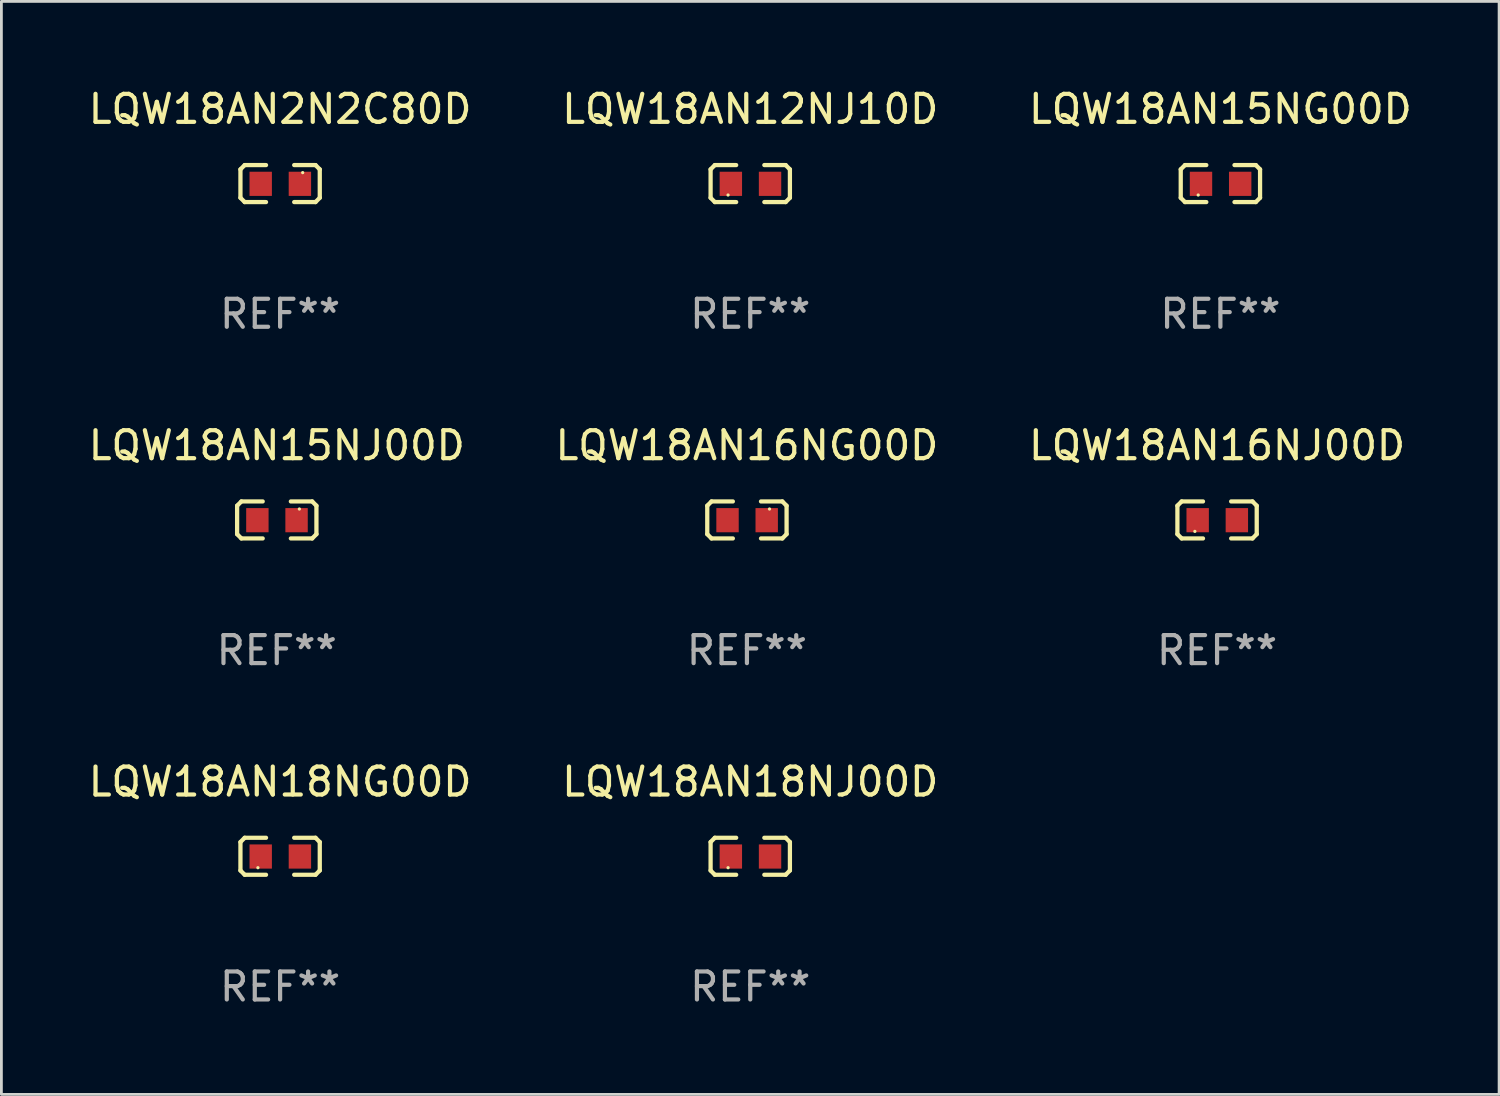
<source format=kicad_pcb>
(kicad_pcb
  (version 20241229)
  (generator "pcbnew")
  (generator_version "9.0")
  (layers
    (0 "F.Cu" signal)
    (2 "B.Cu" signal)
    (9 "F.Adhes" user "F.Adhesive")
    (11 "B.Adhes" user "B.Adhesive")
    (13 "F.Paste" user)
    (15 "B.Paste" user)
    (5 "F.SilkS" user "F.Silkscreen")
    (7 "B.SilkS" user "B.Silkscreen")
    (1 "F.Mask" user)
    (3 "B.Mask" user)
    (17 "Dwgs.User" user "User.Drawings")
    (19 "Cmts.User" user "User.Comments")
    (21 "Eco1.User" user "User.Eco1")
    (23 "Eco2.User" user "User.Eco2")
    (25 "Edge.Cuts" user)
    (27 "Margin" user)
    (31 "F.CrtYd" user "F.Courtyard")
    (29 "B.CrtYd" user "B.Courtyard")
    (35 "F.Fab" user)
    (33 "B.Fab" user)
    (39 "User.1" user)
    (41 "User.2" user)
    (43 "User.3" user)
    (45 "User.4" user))
  (footprint "LQW18AN18NJ00D"
    (layer "F.Cu")
    (at 23.756 27.544)
    (property "Reference" "LQW18AN18NJ00D" (at 0 -2.661 0) (layer "F.SilkS") (effects (font (size 1 1) (thickness 0.15))))
    (attr through_hole)
    (fp_line (start -1.417 -0.508) (end -1.265 -0.661) (stroke (width 0.152) (type solid)) (layer "F.SilkS"))
    (fp_line (start -1.417 0.508) (end -1.417 -0.508) (stroke (width 0.152) (type solid)) (layer "F.SilkS"))
    (fp_line (start -1.265 -0.661) (end -0.503 -0.661) (stroke (width 0.152) (type solid)) (layer "F.SilkS"))
    (fp_line (start -1.265 0.661) (end -1.417 0.508) (stroke (width 0.152) (type solid)) (layer "F.SilkS"))
    (fp_line (start -1.265 0.661) (end -0.503 0.661) (stroke (width 0.152) (type solid)) (layer "F.SilkS"))
    (fp_line (start 1.265 -0.661) (end 0.503 -0.661) (stroke (width 0.152) (type solid)) (layer "F.SilkS"))
    (fp_line (start 1.265 -0.661) (end 1.417 -0.508) (stroke (width 0.152) (type solid)) (layer "F.SilkS"))
    (fp_line (start 1.265 0.661) (end 0.503 0.661) (stroke (width 0.152) (type solid)) (layer "F.SilkS"))
    (fp_line (start 1.417 -0.508) (end 1.417 0.508) (stroke (width 0.152) (type solid)) (layer "F.SilkS"))
    (fp_line (start 1.417 0.508) (end 1.265 0.661) (stroke (width 0.152) (type solid)) (layer "F.SilkS"))
    (fp_circle (center -0.793 0.409) (end -0.763 0.409) (stroke (width 0.06) (type solid)) (fill no) (layer "F.SilkS"))
    (fp_text user "REF**" (at 0 4.661 0) (layer "F.Fab") (effects (font (size 1 1) (thickness 0.15))))
    (pad "1" smd rect (at -0.693 0.009 180) (size 0.8 0.864) (layers "F.Cu" "F.Mask" "F.Paste"))
    (pad "2" smd rect (at 0.707 0.009 180) (size 0.8 0.864) (layers "F.Cu" "F.Mask" "F.Paste")))
  (footprint "LQW18AN16NG00D"
    (layer "F.Cu")
    (at 23.637 15.527)
    (property "Reference" "LQW18AN16NG00D" (at 0 -2.661 0) (layer "F.SilkS") (effects (font (size 1 1) (thickness 0.15))))
    (attr through_hole)
    (fp_line (start -1.417 -0.508) (end -1.265 -0.661) (stroke (width 0.152) (type solid)) (layer "F.SilkS"))
    (fp_line (start -1.417 0.508) (end -1.417 -0.508) (stroke (width 0.152) (type solid)) (layer "F.SilkS"))
    (fp_line (start -1.265 -0.661) (end -0.503 -0.661) (stroke (width 0.152) (type solid)) (layer "F.SilkS"))
    (fp_line (start -1.265 0.661) (end -1.417 0.508) (stroke (width 0.152) (type solid)) (layer "F.SilkS"))
    (fp_line (start -1.265 0.661) (end -0.503 0.661) (stroke (width 0.152) (type solid)) (layer "F.SilkS"))
    (fp_line (start 1.265 -0.661) (end 0.503 -0.661) (stroke (width 0.152) (type solid)) (layer "F.SilkS"))
    (fp_line (start 1.265 -0.661) (end 1.417 -0.508) (stroke (width 0.152) (type solid)) (layer "F.SilkS"))
    (fp_line (start 1.265 0.661) (end 0.503 0.661) (stroke (width 0.152) (type solid)) (layer "F.SilkS"))
    (fp_line (start 1.417 -0.508) (end 1.417 0.508) (stroke (width 0.152) (type solid)) (layer "F.SilkS"))
    (fp_line (start 1.417 0.508) (end 1.265 0.661) (stroke (width 0.152) (type solid)) (layer "F.SilkS"))
    (fp_circle (center 0.807 -0.391) (end 0.837 -0.391) (stroke (width 0.06) (type solid)) (fill no) (layer "F.SilkS"))
    (fp_text user "REF**" (at 0 4.661 0) (layer "F.Fab") (effects (font (size 1 1) (thickness 0.15))))
    (pad "1" smd rect (at 0.707 0.009 180) (size 0.8 0.864) (layers "F.Cu" "F.Mask" "F.Paste"))
    (pad "2" smd rect (at -0.693 0.009 180) (size 0.8 0.864) (layers "F.Cu" "F.Mask" "F.Paste")))
  (footprint "LQW18AN15NG00D"
    (layer "F.Cu")
    (at 40.554 3.509)
    (property "Reference" "LQW18AN15NG00D" (at 0 -2.661 0) (layer "F.SilkS") (effects (font (size 1 1) (thickness 0.15))))
    (attr through_hole)
    (fp_line (start -1.417 -0.508) (end -1.265 -0.661) (stroke (width 0.152) (type solid)) (layer "F.SilkS"))
    (fp_line (start -1.417 0.508) (end -1.417 -0.508) (stroke (width 0.152) (type solid)) (layer "F.SilkS"))
    (fp_line (start -1.265 -0.661) (end -0.503 -0.661) (stroke (width 0.152) (type solid)) (layer "F.SilkS"))
    (fp_line (start -1.265 0.661) (end -1.417 0.508) (stroke (width 0.152) (type solid)) (layer "F.SilkS"))
    (fp_line (start -1.265 0.661) (end -0.503 0.661) (stroke (width 0.152) (type solid)) (layer "F.SilkS"))
    (fp_line (start 1.265 -0.661) (end 0.503 -0.661) (stroke (width 0.152) (type solid)) (layer "F.SilkS"))
    (fp_line (start 1.265 -0.661) (end 1.417 -0.508) (stroke (width 0.152) (type solid)) (layer "F.SilkS"))
    (fp_line (start 1.265 0.661) (end 0.503 0.661) (stroke (width 0.152) (type solid)) (layer "F.SilkS"))
    (fp_line (start 1.417 -0.508) (end 1.417 0.508) (stroke (width 0.152) (type solid)) (layer "F.SilkS"))
    (fp_line (start 1.417 0.508) (end 1.265 0.661) (stroke (width 0.152) (type solid)) (layer "F.SilkS"))
    (fp_circle (center -0.793 0.409) (end -0.763 0.409) (stroke (width 0.06) (type solid)) (fill no) (layer "F.SilkS"))
    (fp_text user "REF**" (at 0 4.661 0) (layer "F.Fab") (effects (font (size 1 1) (thickness 0.15))))
    (pad "1" smd rect (at -0.693 0.009 180) (size 0.8 0.864) (layers "F.Cu" "F.Mask" "F.Paste"))
    (pad "2" smd rect (at 0.707 0.009 180) (size 0.8 0.864) (layers "F.Cu" "F.Mask" "F.Paste")))
  (footprint "LQW18AN18NG00D"
    (layer "F.Cu")
    (at 6.958 27.544)
    (property "Reference" "LQW18AN18NG00D" (at 0 -2.661 0) (layer "F.SilkS") (effects (font (size 1 1) (thickness 0.15))))
    (attr through_hole)
    (fp_line (start -1.417 -0.508) (end -1.265 -0.661) (stroke (width 0.152) (type solid)) (layer "F.SilkS"))
    (fp_line (start -1.417 0.508) (end -1.417 -0.508) (stroke (width 0.152) (type solid)) (layer "F.SilkS"))
    (fp_line (start -1.265 -0.661) (end -0.503 -0.661) (stroke (width 0.152) (type solid)) (layer "F.SilkS"))
    (fp_line (start -1.265 0.661) (end -1.417 0.508) (stroke (width 0.152) (type solid)) (layer "F.SilkS"))
    (fp_line (start -1.265 0.661) (end -0.503 0.661) (stroke (width 0.152) (type solid)) (layer "F.SilkS"))
    (fp_line (start 1.265 -0.661) (end 0.503 -0.661) (stroke (width 0.152) (type solid)) (layer "F.SilkS"))
    (fp_line (start 1.265 -0.661) (end 1.417 -0.508) (stroke (width 0.152) (type solid)) (layer "F.SilkS"))
    (fp_line (start 1.265 0.661) (end 0.503 0.661) (stroke (width 0.152) (type solid)) (layer "F.SilkS"))
    (fp_line (start 1.417 -0.508) (end 1.417 0.508) (stroke (width 0.152) (type solid)) (layer "F.SilkS"))
    (fp_line (start 1.417 0.508) (end 1.265 0.661) (stroke (width 0.152) (type solid)) (layer "F.SilkS"))
    (fp_circle (center -0.793 0.409) (end -0.763 0.409) (stroke (width 0.06) (type solid)) (fill no) (layer "F.SilkS"))
    (fp_text user "REF**" (at 0 4.661 0) (layer "F.Fab") (effects (font (size 1 1) (thickness 0.15))))
    (pad "1" smd rect (at -0.693 0.009 180) (size 0.8 0.864) (layers "F.Cu" "F.Mask" "F.Paste"))
    (pad "2" smd rect (at 0.707 0.009 180) (size 0.8 0.864) (layers "F.Cu" "F.Mask" "F.Paste")))
  (footprint "LQW18AN16NJ00D"
    (layer "F.Cu")
    (at 40.435 15.527)
    (property "Reference" "LQW18AN16NJ00D" (at 0 -2.661 0) (layer "F.SilkS") (effects (font (size 1 1) (thickness 0.15))))
    (attr through_hole)
    (fp_line (start -1.417 -0.508) (end -1.265 -0.661) (stroke (width 0.152) (type solid)) (layer "F.SilkS"))
    (fp_line (start -1.417 0.508) (end -1.417 -0.508) (stroke (width 0.152) (type solid)) (layer "F.SilkS"))
    (fp_line (start -1.265 -0.661) (end -0.503 -0.661) (stroke (width 0.152) (type solid)) (layer "F.SilkS"))
    (fp_line (start -1.265 0.661) (end -1.417 0.508) (stroke (width 0.152) (type solid)) (layer "F.SilkS"))
    (fp_line (start -1.265 0.661) (end -0.503 0.661) (stroke (width 0.152) (type solid)) (layer "F.SilkS"))
    (fp_line (start 1.265 -0.661) (end 0.503 -0.661) (stroke (width 0.152) (type solid)) (layer "F.SilkS"))
    (fp_line (start 1.265 -0.661) (end 1.417 -0.508) (stroke (width 0.152) (type solid)) (layer "F.SilkS"))
    (fp_line (start 1.265 0.661) (end 0.503 0.661) (stroke (width 0.152) (type solid)) (layer "F.SilkS"))
    (fp_line (start 1.417 -0.508) (end 1.417 0.508) (stroke (width 0.152) (type solid)) (layer "F.SilkS"))
    (fp_line (start 1.417 0.508) (end 1.265 0.661) (stroke (width 0.152) (type solid)) (layer "F.SilkS"))
    (fp_circle (center -0.793 0.409) (end -0.763 0.409) (stroke (width 0.06) (type solid)) (fill no) (layer "F.SilkS"))
    (fp_text user "REF**" (at 0 4.661 0) (layer "F.Fab") (effects (font (size 1 1) (thickness 0.15))))
    (pad "1" smd rect (at -0.693 0.009 180) (size 0.8 0.864) (layers "F.Cu" "F.Mask" "F.Paste"))
    (pad "2" smd rect (at 0.707 0.009 180) (size 0.8 0.864) (layers "F.Cu" "F.Mask" "F.Paste")))
  (footprint "LQW18AN12NJ10D"
    (layer "F.Cu")
    (at 23.756 3.509)
    (property "Reference" "LQW18AN12NJ10D" (at 0 -2.661 0) (layer "F.SilkS") (effects (font (size 1 1) (thickness 0.15))))
    (attr through_hole)
    (fp_line (start -1.417 -0.508) (end -1.265 -0.661) (stroke (width 0.152) (type solid)) (layer "F.SilkS"))
    (fp_line (start -1.417 0.508) (end -1.417 -0.508) (stroke (width 0.152) (type solid)) (layer "F.SilkS"))
    (fp_line (start -1.265 -0.661) (end -0.503 -0.661) (stroke (width 0.152) (type solid)) (layer "F.SilkS"))
    (fp_line (start -1.265 0.661) (end -1.417 0.508) (stroke (width 0.152) (type solid)) (layer "F.SilkS"))
    (fp_line (start -1.265 0.661) (end -0.503 0.661) (stroke (width 0.152) (type solid)) (layer "F.SilkS"))
    (fp_line (start 1.265 -0.661) (end 0.503 -0.661) (stroke (width 0.152) (type solid)) (layer "F.SilkS"))
    (fp_line (start 1.265 -0.661) (end 1.417 -0.508) (stroke (width 0.152) (type solid)) (layer "F.SilkS"))
    (fp_line (start 1.265 0.661) (end 0.503 0.661) (stroke (width 0.152) (type solid)) (layer "F.SilkS"))
    (fp_line (start 1.417 -0.508) (end 1.417 0.508) (stroke (width 0.152) (type solid)) (layer "F.SilkS"))
    (fp_line (start 1.417 0.508) (end 1.265 0.661) (stroke (width 0.152) (type solid)) (layer "F.SilkS"))
    (fp_circle (center -0.793 0.409) (end -0.763 0.409) (stroke (width 0.06) (type solid)) (fill no) (layer "F.SilkS"))
    (fp_text user "REF**" (at 0 4.661 0) (layer "F.Fab") (effects (font (size 1 1) (thickness 0.15))))
    (pad "1" smd rect (at -0.693 0.009 180) (size 0.8 0.864) (layers "F.Cu" "F.Mask" "F.Paste"))
    (pad "2" smd rect (at 0.707 0.009 180) (size 0.8 0.864) (layers "F.Cu" "F.Mask" "F.Paste")))
  (footprint "LQW18AN15NJ00D"
    (layer "F.Cu")
    (at 6.839 15.527)
    (property "Reference" "LQW18AN15NJ00D" (at 0 -2.661 0) (layer "F.SilkS") (effects (font (size 1 1) (thickness 0.15))))
    (attr through_hole)
    (fp_line (start -1.417 -0.508) (end -1.265 -0.661) (stroke (width 0.152) (type solid)) (layer "F.SilkS"))
    (fp_line (start -1.417 0.508) (end -1.417 -0.508) (stroke (width 0.152) (type solid)) (layer "F.SilkS"))
    (fp_line (start -1.265 -0.661) (end -0.503 -0.661) (stroke (width 0.152) (type solid)) (layer "F.SilkS"))
    (fp_line (start -1.265 0.661) (end -1.417 0.508) (stroke (width 0.152) (type solid)) (layer "F.SilkS"))
    (fp_line (start -1.265 0.661) (end -0.503 0.661) (stroke (width 0.152) (type solid)) (layer "F.SilkS"))
    (fp_line (start 1.265 -0.661) (end 0.503 -0.661) (stroke (width 0.152) (type solid)) (layer "F.SilkS"))
    (fp_line (start 1.265 -0.661) (end 1.417 -0.508) (stroke (width 0.152) (type solid)) (layer "F.SilkS"))
    (fp_line (start 1.265 0.661) (end 0.503 0.661) (stroke (width 0.152) (type solid)) (layer "F.SilkS"))
    (fp_line (start 1.417 -0.508) (end 1.417 0.508) (stroke (width 0.152) (type solid)) (layer "F.SilkS"))
    (fp_line (start 1.417 0.508) (end 1.265 0.661) (stroke (width 0.152) (type solid)) (layer "F.SilkS"))
    (fp_circle (center 0.807 -0.391) (end 0.837 -0.391) (stroke (width 0.06) (type solid)) (fill no) (layer "F.SilkS"))
    (fp_text user "REF**" (at 0 4.661 0) (layer "F.Fab") (effects (font (size 1 1) (thickness 0.15))))
    (pad "1" smd rect (at 0.707 0.009 180) (size 0.8 0.864) (layers "F.Cu" "F.Mask" "F.Paste"))
    (pad "2" smd rect (at -0.693 0.009 180) (size 0.8 0.864) (layers "F.Cu" "F.Mask" "F.Paste")))
  (footprint "LQW18AN2N2C80D"
    (layer "F.Cu")
    (at 6.958 3.509)
    (property "Reference" "LQW18AN2N2C80D" (at 0 -2.661 0) (layer "F.SilkS") (effects (font (size 1 1) (thickness 0.15))))
    (attr through_hole)
    (fp_line (start -1.417 -0.508) (end -1.265 -0.661) (stroke (width 0.152) (type solid)) (layer "F.SilkS"))
    (fp_line (start -1.417 0.508) (end -1.417 -0.508) (stroke (width 0.152) (type solid)) (layer "F.SilkS"))
    (fp_line (start -1.265 -0.661) (end -0.503 -0.661) (stroke (width 0.152) (type solid)) (layer "F.SilkS"))
    (fp_line (start -1.265 0.661) (end -1.417 0.508) (stroke (width 0.152) (type solid)) (layer "F.SilkS"))
    (fp_line (start -1.265 0.661) (end -0.503 0.661) (stroke (width 0.152) (type solid)) (layer "F.SilkS"))
    (fp_line (start 1.265 -0.661) (end 0.503 -0.661) (stroke (width 0.152) (type solid)) (layer "F.SilkS"))
    (fp_line (start 1.265 -0.661) (end 1.417 -0.508) (stroke (width 0.152) (type solid)) (layer "F.SilkS"))
    (fp_line (start 1.265 0.661) (end 0.503 0.661) (stroke (width 0.152) (type solid)) (layer "F.SilkS"))
    (fp_line (start 1.417 -0.508) (end 1.417 0.508) (stroke (width 0.152) (type solid)) (layer "F.SilkS"))
    (fp_line (start 1.417 0.508) (end 1.265 0.661) (stroke (width 0.152) (type solid)) (layer "F.SilkS"))
    (fp_circle (center 0.807 -0.391) (end 0.837 -0.391) (stroke (width 0.06) (type solid)) (fill no) (layer "F.SilkS"))
    (fp_text user "REF**" (at 0 4.661 0) (layer "F.Fab") (effects (font (size 1 1) (thickness 0.15))))
    (pad "1" smd rect (at 0.707 0.009 180) (size 0.8 0.864) (layers "F.Cu" "F.Mask" "F.Paste"))
    (pad "2" smd rect (at -0.693 0.009 180) (size 0.8 0.864) (layers "F.Cu" "F.Mask" "F.Paste")))
  (gr_rect
    (start -3 -3)
    (end 50.512 36.053)
    (stroke (width 0.1) (type default))
    (fill no)
    (layer "Edge.Cuts")))
</source>
